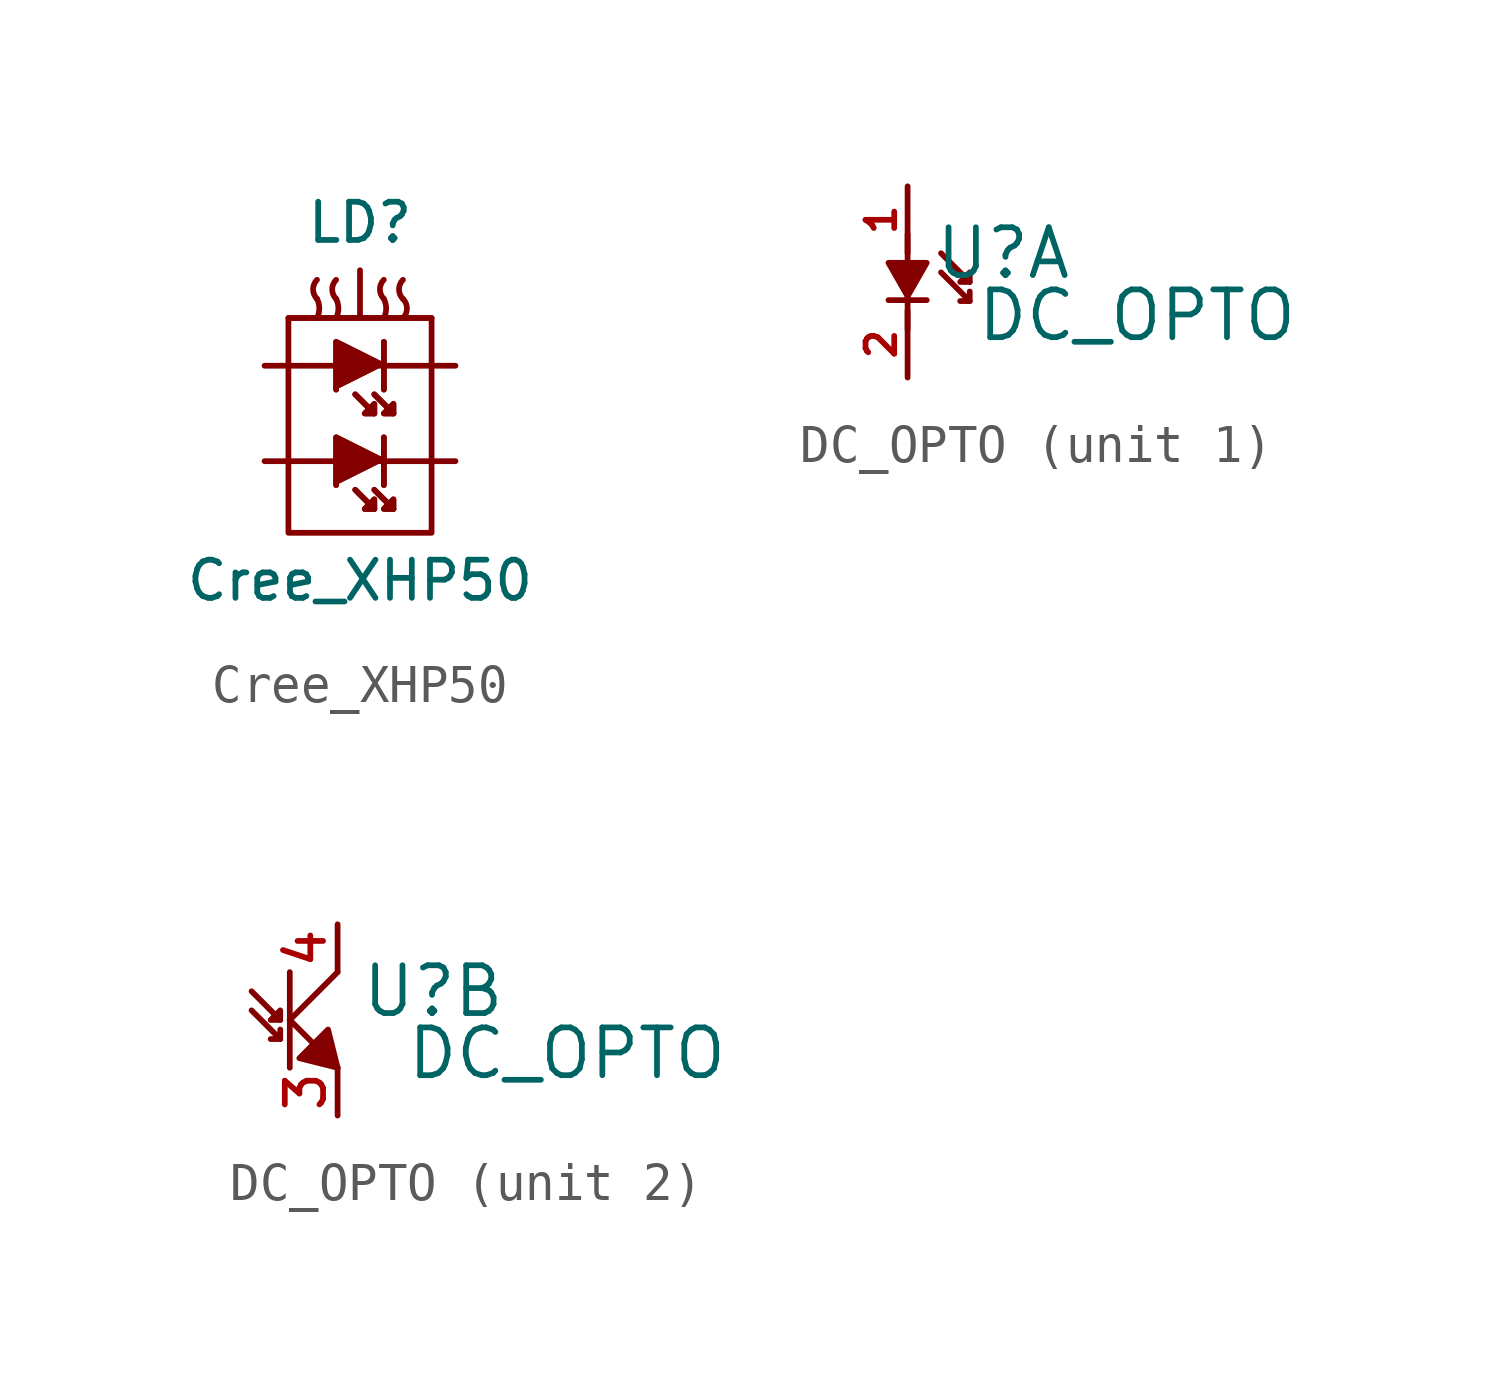
<source format=kicad_sym>
(kicad_symbol_lib
  (version 20220914)
  (generator kicad_symbol_editor)
  (symbol "Cree_XHP50"
    (pin_numbers hide)
    (pin_names
      (offset 1.016) hide)
    (property "Reference" "LD"
      (at 0 5.08 0)
      (effects (font (size 1.016 1.016))))
    (property "Value" "Cree_XHP50"
      (at 0 -4.445 0)
      (effects (font (size 1.016 1.016))))
    (property "Footprint" ""
      (at 0 -1.27 0)
      (effects (font (size 1.524 1.524))))
    (property "Datasheet" ""
      (at 0 0 0)
      (effects (font (size 1.524 1.524))))
    (symbol "Cree_XHP50_0_1"
      (rectangle (start -1.905 2.54) (end 1.905 -3.175) (stroke (width 0) (type solid)) (fill (type none)))
      (rectangle (start -1.27 2.54) (end -1.905 2.54) (stroke (width 0) (type solid)) (fill (type none)))
      (arc (start -1.143 2.54) (mid -1.083 2.794) (end -1.143 3.048) (stroke (width 0) (type solid)) (fill (type none)))
      (arc (start -1.143 3.556) (mid -1.2482 3.302) (end -1.143 3.048) (stroke (width 0) (type solid)) (fill (type none)))
      (arc (start -0.635 2.54) (mid -0.575 2.794) (end -0.635 3.048) (stroke (width 0) (type solid)) (fill (type none)))
      (arc (start -0.635 3.556) (mid -0.7402 3.302) (end -0.635 3.048) (stroke (width 0) (type solid)) (fill (type none)))
      (polyline (pts (xy -1.27 2.54) (xy 1.27 2.54) (xy 1.27 2.54)) (stroke (width 0) (type solid)) (fill (type none)))
      (polyline (pts (xy -0.127 -2.032) (xy 0.381 -2.54) (xy 0.381 -2.54)) (stroke (width 0) (type solid)) (fill (type none)))
      (polyline (pts (xy -0.127 -2.032) (xy 0.381 -2.54) (xy 0.381 -2.54)) (stroke (width 0) (type solid)) (fill (type none)))
      (polyline (pts (xy -0.127 0.508) (xy 0.381 0) (xy 0.381 0)) (stroke (width 0) (type solid)) (fill (type none)))
      (polyline (pts (xy -0.127 0.508) (xy 0.381 0) (xy 0.381 0)) (stroke (width 0) (type solid)) (fill (type none)))
      (polyline (pts (xy 0.381 -2.032) (xy 0.889 -2.54) (xy 0.889 -2.54)) (stroke (width 0) (type solid)) (fill (type none)))
      (polyline (pts (xy 0.381 -2.032) (xy 0.889 -2.54) (xy 0.889 -2.54)) (stroke (width 0) (type solid)) (fill (type none)))
      (polyline (pts (xy 0.381 0.508) (xy 0.889 0) (xy 0.889 0)) (stroke (width 0) (type solid)) (fill (type none)))
      (polyline (pts (xy 0.381 0.508) (xy 0.889 0) (xy 0.889 0)) (stroke (width 0) (type solid)) (fill (type none)))
      (polyline (pts (xy 0.635 -1.905) (xy 0.635 -0.635) (xy 0.635 -0.635)) (stroke (width 0) (type solid)) (fill (type none)))
      (polyline (pts (xy 0.635 -1.905) (xy 0.635 -0.635) (xy 0.635 -0.635)) (stroke (width 0) (type solid)) (fill (type none)))
      (polyline (pts (xy 0.635 0.635) (xy 0.635 1.905) (xy 0.635 1.905)) (stroke (width 0) (type solid)) (fill (type none)))
      (polyline (pts (xy 0.635 0.635) (xy 0.635 1.905) (xy 0.635 1.905)) (stroke (width 0) (type solid)) (fill (type none)))
      (polyline (pts (xy 0.635 -1.27) (xy -0.635 -0.635) (xy -0.635 -1.905) (xy -0.635 -1.905)) (stroke (width 0) (type solid)) (fill (type outline)))
      (polyline (pts (xy 0.635 -1.27) (xy -0.635 -0.635) (xy -0.635 -1.905) (xy -0.635 -1.905)) (stroke (width 0) (type solid)) (fill (type outline)))
      (polyline (pts (xy 0.635 1.27) (xy -0.635 1.905) (xy -0.635 0.635) (xy -0.635 0.635)) (stroke (width 0) (type solid)) (fill (type outline)))
      (polyline (pts (xy 0.635 1.27) (xy -0.635 1.905) (xy -0.635 0.635) (xy -0.635 0.635)) (stroke (width 0) (type solid)) (fill (type outline)))
      (polyline (pts (xy 0.889 -2.54) (xy 0.635 -2.54) (xy 0.889 -2.286) (xy 0.889 -2.54) (xy 0.889 -2.54)) (stroke (width 0) (type solid)) (fill (type outline)))
      (polyline (pts (xy 0.889 -2.54) (xy 0.635 -2.54) (xy 0.889 -2.286) (xy 0.889 -2.54) (xy 0.889 -2.54)) (stroke (width 0) (type solid)) (fill (type outline)))
      (polyline (pts (xy 0.889 0) (xy 0.635 0) (xy 0.889 0.254) (xy 0.889 0) (xy 0.889 0)) (stroke (width 0) (type solid)) (fill (type outline)))
      (polyline (pts (xy 0.889 0) (xy 0.635 0) (xy 0.889 0.254) (xy 0.889 0) (xy 0.889 0)) (stroke (width 0) (type solid)) (fill (type outline)))
      (polyline (pts (xy 0.381 -2.54) (xy 0.127 -2.54) (xy 0.381 -2.286) (xy 0.381 -2.54) (xy 0.381 -2.54) (xy 0.381 -2.54)) (stroke (width 0) (type solid)) (fill (type outline)))
      (polyline (pts (xy 0.381 -2.54) (xy 0.127 -2.54) (xy 0.381 -2.286) (xy 0.381 -2.54) (xy 0.381 -2.54) (xy 0.381 -2.54)) (stroke (width 0) (type solid)) (fill (type outline)))
      (polyline (pts (xy 0.381 0) (xy 0.127 0) (xy 0.381 0.254) (xy 0.381 0) (xy 0.381 0) (xy 0.381 0)) (stroke (width 0) (type solid)) (fill (type outline)))
      (polyline (pts (xy 0.381 0) (xy 0.127 0) (xy 0.381 0.254) (xy 0.381 0) (xy 0.381 0) (xy 0.381 0)) (stroke (width 0) (type solid)) (fill (type outline)))
      (arc (start 0.635 2.54) (mid 0.695 2.794) (end 0.635 3.048) (stroke (width 0) (type solid)) (fill (type none)))
      (arc (start 0.635 3.556) (mid 0.5298 3.302) (end 0.635 3.048) (stroke (width 0) (type solid)) (fill (type none)))
      (arc (start 1.143 2.54) (mid 1.2482 2.794) (end 1.143 3.048) (stroke (width 0) (type solid)) (fill (type none)))
      (arc (start 1.143 3.556) (mid 1.0378 3.302) (end 1.143 3.048) (stroke (width 0) (type solid)) (fill (type none)))
      (rectangle (start 1.905 2.54) (end 1.27 2.54) (stroke (width 0) (type solid)) (fill (type none))))
    (symbol "Cree_XHP50_1_1"
      (pin passive line (at -2.54 1.27 0) (length 2.007) (name "A1" (effects (font (size 1.016 1.016)))) (number "1" (effects (font (size 1.016 1.016)))))
      (pin passive line (at 2.54 1.27 180) (length 2.007) (name "K1" (effects (font (size 1.016 1.016)))) (number "2" (effects (font (size 1.016 1.016)))))
      (pin passive line (at -2.54 -1.27 0) (length 2.007) (name "A2" (effects (font (size 1.016 1.016)))) (number "3" (effects (font (size 1.016 1.016)))))
      (pin passive line (at 2.54 -1.27 180) (length 2.007) (name "K2" (effects (font (size 1.016 1.016)))) (number "4" (effects (font (size 1.016 1.016)))))
      (pin input line (at 0 3.81 270) (length 1.27) (name "Thermal" (effects (font (size 1.016 1.016)))) (number "5" (effects (font (size 1.016 1.016)))))))
  (symbol "DC_OPTO"
    (pin_names
      (offset 0) hide)
    (property "Reference" "U"
      (at 2.54 0.762 0)
      (effects (font (size 1.27 1.27))))
    (property "Value" "DC_OPTO"
      (at 6.096 -0.889 0)
      (effects (font (size 1.27 1.27))))
    (property "Footprint" ""
      (at -3.302 0 0)
      (effects (font (size 1.524 1.524))))
    (property "Datasheet" ""
      (at 0 0 0)
      (effects (font (size 1.524 1.524))))
    (property "ki_locked" ""
      (at 0 0 0)
      (effects (font (size 1.27 1.27))))
    (symbol "DC_OPTO_1_1"
      (polyline (pts (xy 0 -1.27) (xy 0 1.27)) (stroke (width 0) (type solid)) (fill (type none)))
      (polyline (pts (xy 0.508 -0.483) (xy -0.508 -0.483)) (stroke (width 0) (type solid)) (fill (type none)))
      (polyline (pts (xy 1.651 0) (xy 0.889 0.762) (xy 0.889 0.762)) (stroke (width 0) (type solid)) (fill (type none)))
      (polyline (pts (xy 0 -0.381) (xy -0.508 0.508) (xy 0.508 0.508) (xy 0 -0.381)) (stroke (width 0) (type solid)) (fill (type outline)))
      (polyline (pts (xy 1.651 -0.508) (xy 0.889 0.254) (xy 0.889 0.254) (xy 0.889 0.254)) (stroke (width 0) (type solid)) (fill (type none)))
      (polyline (pts (xy 1.651 -0.254) (xy 1.651 -0.508) (xy 1.397 -0.508) (xy 1.397 -0.508)) (stroke (width 0) (type solid)) (fill (type outline)))
      (polyline (pts (xy 1.397 0) (xy 1.651 0) (xy 1.651 0.254) (xy 1.397 0) (xy 1.397 0)) (stroke (width 0) (type solid)) (fill (type outline)))
      (pin passive line (at 0 2.54 270) (length 1.778) (name "A" (effects (font (size 0.762 0.762)))) (number "1" (effects (font (size 0.762 0.762)))))
      (pin passive line (at 0 -2.54 90) (length 1.778) (name "K" (effects (font (size 0.762 0.762)))) (number "2" (effects (font (size 0.762 0.762))))))
    (symbol "DC_OPTO_2_1"
      (polyline (pts (xy -1.524 0) (xy -2.286 0.762) (xy -2.286 0.762)) (stroke (width 0) (type solid)) (fill (type none)))
      (polyline (pts (xy -1.27 0) (xy 0 -1.27) (xy 0 -1.27)) (stroke (width 0) (type solid)) (fill (type outline)))
      (polyline (pts (xy -1.27 0) (xy 0 1.27) (xy 0 1.27)) (stroke (width 0) (type solid)) (fill (type outline)))
      (polyline (pts (xy -1.27 1.27) (xy -1.27 -1.27) (xy -1.27 -1.27)) (stroke (width 0) (type solid)) (fill (type outline)))
      (polyline (pts (xy -1.524 -0.508) (xy -2.286 0.254) (xy -2.286 0.254) (xy -2.286 0.254)) (stroke (width 0) (type solid)) (fill (type none)))
      (polyline (pts (xy -1.524 -0.254) (xy -1.524 -0.508) (xy -1.778 -0.508) (xy -1.778 -0.508)) (stroke (width 0) (type solid)) (fill (type outline)))
      (polyline (pts (xy -0.254 -0.254) (xy 0 -1.27) (xy -1.016 -1.016) (xy -0.254 -0.254)) (stroke (width 0) (type solid)) (fill (type outline)))
      (polyline (pts (xy -1.778 0) (xy -1.524 0) (xy -1.524 0.254) (xy -1.778 0) (xy -1.778 0)) (stroke (width 0) (type solid)) (fill (type outline)))
      (pin passive line (at 0 -2.54 90) (length 1.27) (name "E" (effects (font (size 1.016 1.016)))) (number "3" (effects (font (size 1.016 1.016)))))
      (pin passive line (at 0 2.54 270) (length 1.27) (name "C" (effects (font (size 1.016 1.016)))) (number "4" (effects (font (size 1.016 1.016))))))))
</source>
